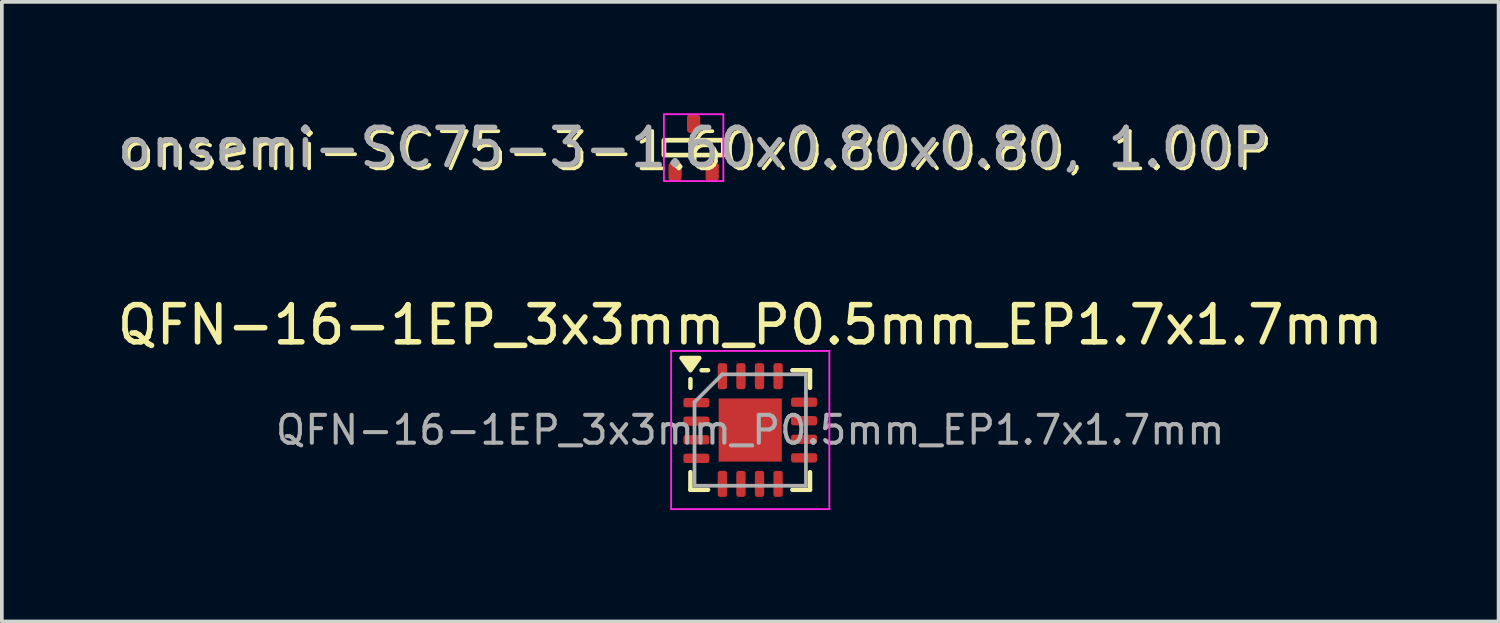
<source format=kicad_pcb>
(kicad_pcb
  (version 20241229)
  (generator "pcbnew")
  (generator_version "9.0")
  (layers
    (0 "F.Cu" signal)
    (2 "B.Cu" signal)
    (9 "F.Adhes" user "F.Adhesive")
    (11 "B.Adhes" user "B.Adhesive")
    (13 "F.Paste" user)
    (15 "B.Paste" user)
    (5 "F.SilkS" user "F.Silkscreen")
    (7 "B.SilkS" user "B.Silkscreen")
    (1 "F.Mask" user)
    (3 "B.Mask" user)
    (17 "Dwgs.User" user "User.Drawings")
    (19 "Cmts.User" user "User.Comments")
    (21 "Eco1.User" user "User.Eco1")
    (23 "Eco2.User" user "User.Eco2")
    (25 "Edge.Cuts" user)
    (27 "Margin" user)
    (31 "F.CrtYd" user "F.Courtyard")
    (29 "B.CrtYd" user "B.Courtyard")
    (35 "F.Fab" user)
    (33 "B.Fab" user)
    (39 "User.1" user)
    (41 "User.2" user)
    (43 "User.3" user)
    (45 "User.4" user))
  (footprint "onsemi-SC75-3-1.60x0.80x0.80, 1.00P"
    (layer "F.Cu")
    (at 15.625 0.925)
    (property "Reference" "onsemi-SC75-3-1.60x0.80x0.80, 1.00P" (at 0.1 0.1 0) (unlocked yes) (layer "F.SilkS") (effects (font (size 1 1) (thickness 0.1))))
    (attr smd)
    (fp_rect (start -0.8 -0.2) (end 0.8 0.2) (stroke (width 0.127) (type default)) (fill no) (layer "F.SilkS"))
    (fp_rect (start -0.8 -0.9) (end 0.8 0.9) (stroke (width 0.05) (type default)) (fill no) (layer "F.CrtYd"))
    (fp_text user "${REFERENCE}" (at 0 0 0) (unlocked yes) (layer "F.Fab") (effects (font (size 1 1) (thickness 0.15))))
    (pad "1" smd roundrect (at -0.5 0.647) (size 0.356 0.508) (layers "F.Cu" "F.Mask" "F.Paste") (roundrect_rratio 0.25))
    (pad "2" smd roundrect (at 0.5 0.647) (size 0.356 0.508) (layers "F.Cu" "F.Mask" "F.Paste") (roundrect_rratio 0.25))
    (pad "3" smd roundrect (at 0 -0.647) (size 0.356 0.508) (layers "F.Cu" "F.Mask" "F.Paste") (roundrect_rratio 0.25)))
  (footprint "QFN-16-1EP_3x3mm_P0.5mm_EP1.7x1.7mm"
    (layer "F.Cu")
    (at 17.149 8.528)
    (property "Reference" "QFN-16-1EP_3x3mm_P0.5mm_EP1.7x1.7mm" (at 0 -2.83 0) (layer "F.SilkS") (effects (font (size 1 1) (thickness 0.15))))
    (attr smd)
    (fp_line (start -1.61 -1.135) (end -1.61 -1.37) (stroke (width 0.12) (type solid)) (layer "F.SilkS"))
    (fp_line (start -1.61 1.61) (end -1.61 1.135) (stroke (width 0.12) (type solid)) (layer "F.SilkS"))
    (fp_line (start -1.135 -1.61) (end -1.31 -1.61) (stroke (width 0.12) (type solid)) (layer "F.SilkS"))
    (fp_line (start -1.135 1.61) (end -1.61 1.61) (stroke (width 0.12) (type solid)) (layer "F.SilkS"))
    (fp_line (start 1.135 -1.61) (end 1.61 -1.61) (stroke (width 0.12) (type solid)) (layer "F.SilkS"))
    (fp_line (start 1.135 1.61) (end 1.61 1.61) (stroke (width 0.12) (type solid)) (layer "F.SilkS"))
    (fp_line (start 1.61 -1.61) (end 1.61 -1.135) (stroke (width 0.12) (type solid)) (layer "F.SilkS"))
    (fp_line (start 1.61 1.61) (end 1.61 1.135) (stroke (width 0.12) (type solid)) (layer "F.SilkS"))
    (fp_poly (pts (xy -1.61 -1.61) (xy -1.85 -1.94) (xy -1.37 -1.94) (xy -1.61 -1.61)) (stroke (width 0.12) (type solid)) (fill yes) (layer "F.SilkS"))
    (fp_line (start -2.13 -2.13) (end -2.13 2.13) (stroke (width 0.05) (type solid)) (layer "F.CrtYd"))
    (fp_line (start -2.13 2.13) (end 2.13 2.13) (stroke (width 0.05) (type solid)) (layer "F.CrtYd"))
    (fp_line (start 2.13 -2.13) (end -2.13 -2.13) (stroke (width 0.05) (type solid)) (layer "F.CrtYd"))
    (fp_line (start 2.13 2.13) (end 2.13 -2.13) (stroke (width 0.05) (type solid)) (layer "F.CrtYd"))
    (fp_line (start -1.5 -0.75) (end -0.75 -1.5) (stroke (width 0.1) (type solid)) (layer "F.Fab"))
    (fp_line (start -1.5 1.5) (end -1.5 -0.75) (stroke (width 0.1) (type solid)) (layer "F.Fab"))
    (fp_line (start -0.75 -1.5) (end 1.5 -1.5) (stroke (width 0.1) (type solid)) (layer "F.Fab"))
    (fp_line (start 1.5 -1.5) (end 1.5 1.5) (stroke (width 0.1) (type solid)) (layer "F.Fab"))
    (fp_line (start 1.5 1.5) (end -1.5 1.5) (stroke (width 0.1) (type solid)) (layer "F.Fab"))
    (fp_text user "${REFERENCE}" (at 0 0 0) (layer "F.Fab") (effects (font (size 0.75 0.75) (thickness 0.11))))
    (pad "" smd roundrect (at -0.425 -0.425) (size 0.69 0.69) (layers "F.Paste") (roundrect_rratio 0.25))
    (pad "" smd roundrect (at -0.425 0.425) (size 0.69 0.69) (layers "F.Paste") (roundrect_rratio 0.25))
    (pad "" smd roundrect (at 0.425 -0.425) (size 0.69 0.69) (layers "F.Paste") (roundrect_rratio 0.25))
    (pad "" smd roundrect (at 0.425 0.425) (size 0.69 0.69) (layers "F.Paste") (roundrect_rratio 0.25))
    (pad "1" smd roundrect (at -1.45 -0.738) (size 0.7 0.25) (layers "F.Cu" "F.Mask" "F.Paste") (roundrect_rratio 0.25))
    (pad "2" smd roundrect (at -1.45 -0.238) (size 0.7 0.25) (layers "F.Cu" "F.Mask" "F.Paste") (roundrect_rratio 0.25))
    (pad "3" smd roundrect (at -1.45 0.262) (size 0.7 0.25) (layers "F.Cu" "F.Mask" "F.Paste") (roundrect_rratio 0.25))
    (pad "4" smd roundrect (at -1.45 0.762) (size 0.7 0.25) (layers "F.Cu" "F.Mask" "F.Paste") (roundrect_rratio 0.25))
    (pad "5" smd roundrect (at -0.75 1.45) (size 0.25 0.7) (layers "F.Cu" "F.Mask" "F.Paste") (roundrect_rratio 0.25))
    (pad "6" smd roundrect (at -0.25 1.45) (size 0.25 0.7) (layers "F.Cu" "F.Mask" "F.Paste") (roundrect_rratio 0.25))
    (pad "7" smd roundrect (at 0.25 1.45) (size 0.25 0.7) (layers "F.Cu" "F.Mask" "F.Paste") (roundrect_rratio 0.25))
    (pad "8" smd roundrect (at 0.75 1.45) (size 0.25 0.7) (layers "F.Cu" "F.Mask" "F.Paste") (roundrect_rratio 0.25))
    (pad "9" smd roundrect (at 1.45 0.75) (size 0.7 0.25) (layers "F.Cu" "F.Mask" "F.Paste") (roundrect_rratio 0.25))
    (pad "10" smd roundrect (at 1.45 0.25) (size 0.7 0.25) (layers "F.Cu" "F.Mask" "F.Paste") (roundrect_rratio 0.25))
    (pad "11" smd roundrect (at 1.45 -0.25) (size 0.7 0.25) (layers "F.Cu" "F.Mask" "F.Paste") (roundrect_rratio 0.25))
    (pad "12" smd roundrect (at 1.45 -0.75) (size 0.7 0.25) (layers "F.Cu" "F.Mask" "F.Paste") (roundrect_rratio 0.25))
    (pad "13" smd roundrect (at 0.75 -1.45) (size 0.25 0.7) (layers "F.Cu" "F.Mask" "F.Paste") (roundrect_rratio 0.25))
    (pad "14" smd roundrect (at 0.25 -1.45) (size 0.25 0.7) (layers "F.Cu" "F.Mask" "F.Paste") (roundrect_rratio 0.25))
    (pad "15" smd roundrect (at -0.25 -1.45) (size 0.25 0.7) (layers "F.Cu" "F.Mask" "F.Paste") (roundrect_rratio 0.25))
    (pad "16" smd roundrect (at -0.75 -1.45) (size 0.25 0.7) (layers "F.Cu" "F.Mask" "F.Paste") (roundrect_rratio 0.25))
    (pad "17" smd rect (at 0 0) (size 1.7 1.7) (property pad_prop_heatsink) (layers "F.Cu" "F.Mask")))
  (gr_rect
    (start -3 -3)
    (end 37.298 13.683)
    (stroke (width 0.1) (type default))
    (fill no)
    (layer "Edge.Cuts")))
</source>
